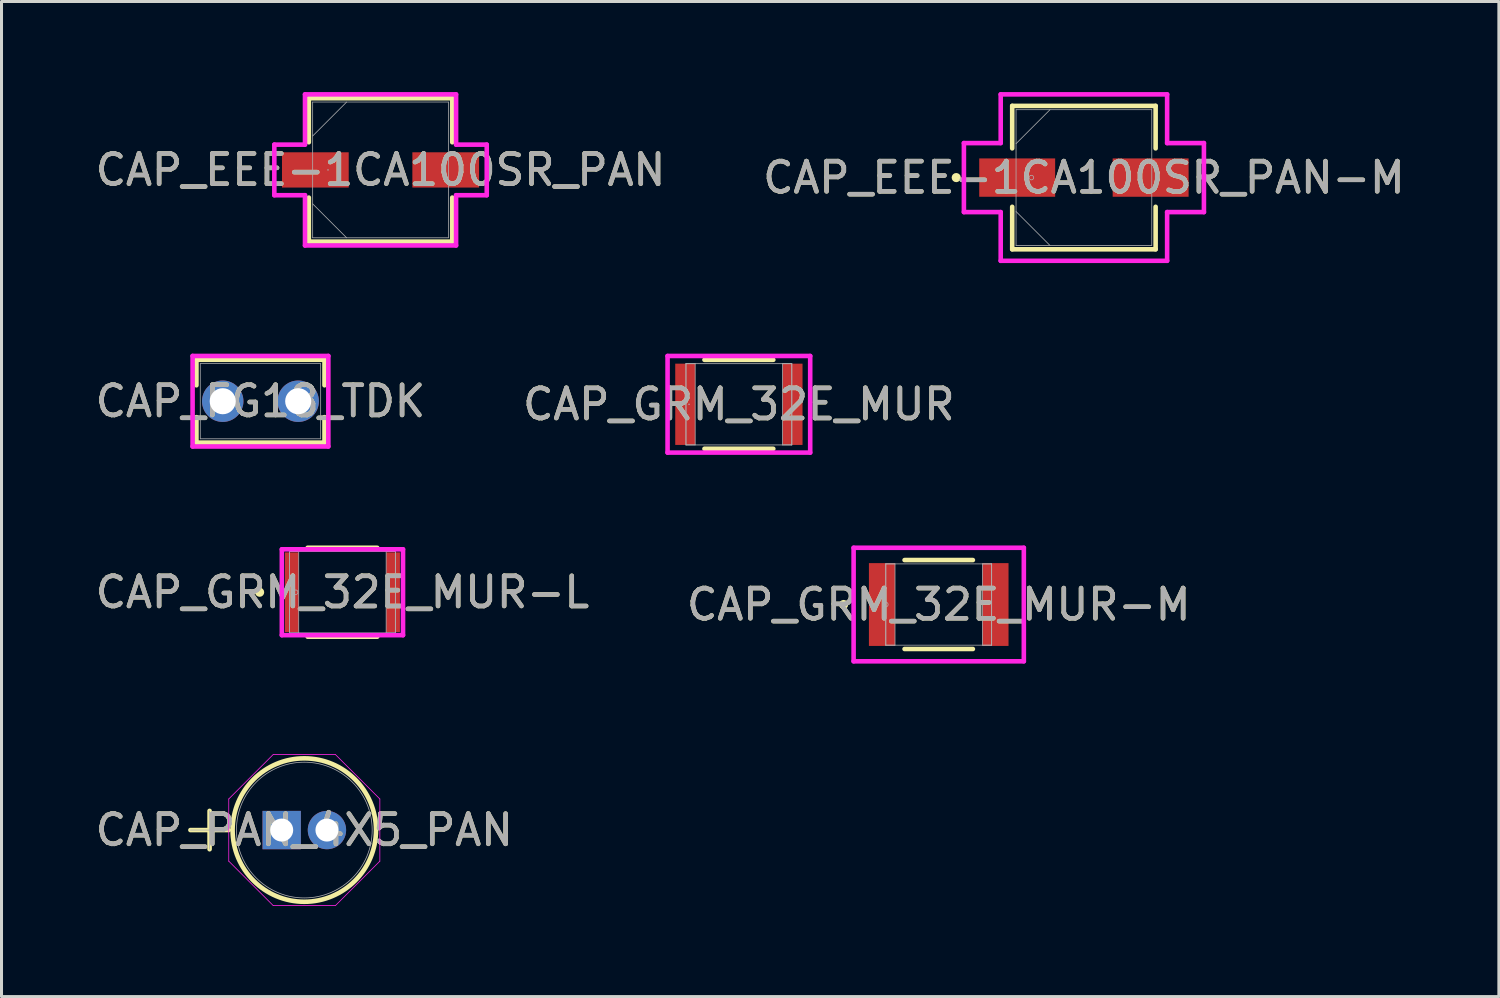
<source format=kicad_pcb>
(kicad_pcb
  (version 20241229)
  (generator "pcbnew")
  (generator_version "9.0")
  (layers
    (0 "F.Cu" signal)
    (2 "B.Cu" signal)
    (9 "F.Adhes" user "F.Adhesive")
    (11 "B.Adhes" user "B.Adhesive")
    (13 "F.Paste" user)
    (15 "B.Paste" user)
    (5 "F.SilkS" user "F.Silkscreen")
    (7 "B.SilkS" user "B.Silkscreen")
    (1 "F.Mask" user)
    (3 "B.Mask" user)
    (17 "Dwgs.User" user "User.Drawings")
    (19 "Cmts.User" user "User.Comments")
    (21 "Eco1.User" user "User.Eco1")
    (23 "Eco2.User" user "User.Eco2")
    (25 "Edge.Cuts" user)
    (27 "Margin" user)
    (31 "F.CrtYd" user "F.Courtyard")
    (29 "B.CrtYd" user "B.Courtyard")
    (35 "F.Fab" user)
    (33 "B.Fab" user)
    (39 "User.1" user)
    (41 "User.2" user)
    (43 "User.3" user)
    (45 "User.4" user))
  (footprint "CAP_FG18_TDK"
    (layer "F.Cu")
    (at 4.327 10.239)
    (property "Reference" "CAP_FG18_TDK" (at 1.25 0 0) (unlocked yes) (layer "F.SilkS") (effects (font (size 1 1) (thickness 0.15))))
    (attr through_hole)
    (fp_line (start -0.871 -1.372) (end -0.871 -0.528) (stroke (width 0.152) (type solid)) (layer "F.SilkS"))
    (fp_line (start -0.871 0.528) (end -0.871 1.372) (stroke (width 0.152) (type solid)) (layer "F.SilkS"))
    (fp_line (start 3.371 -1.372) (end -0.871 -1.372) (stroke (width 0.152) (type solid)) (layer "F.SilkS"))
    (fp_line (start 3.371 -1.372) (end 3.371 -0.528) (stroke (width 0.152) (type solid)) (layer "F.SilkS"))
    (fp_line (start 3.371 0.528) (end 3.371 1.372) (stroke (width 0.152) (type solid)) (layer "F.SilkS"))
    (fp_line (start 3.371 1.372) (end -0.871 1.372) (stroke (width 0.152) (type solid)) (layer "F.SilkS"))
    (fp_line (start -0.998 -1.499) (end 3.498 -1.499) (stroke (width 0.152) (type solid)) (layer "F.CrtYd"))
    (fp_line (start -0.998 1.499) (end -0.998 -1.499) (stroke (width 0.152) (type solid)) (layer "F.CrtYd"))
    (fp_line (start 3.498 -1.499) (end 3.498 1.499) (stroke (width 0.152) (type solid)) (layer "F.CrtYd"))
    (fp_line (start 3.498 1.499) (end -0.998 1.499) (stroke (width 0.152) (type solid)) (layer "F.CrtYd"))
    (fp_line (start -0.744 -1.245) (end -0.744 1.245) (stroke (width 0.025) (type solid)) (layer "F.Fab"))
    (fp_line (start 3.244 -1.245) (end -0.744 -1.245) (stroke (width 0.025) (type solid)) (layer "F.Fab"))
    (fp_line (start 3.244 -1.245) (end 3.244 1.245) (stroke (width 0.025) (type solid)) (layer "F.Fab"))
    (fp_line (start 3.244 1.245) (end -0.744 1.245) (stroke (width 0.025) (type solid)) (layer "F.Fab"))
    (fp_circle (center -0.236 0) (end -0.236 0) (stroke (width 0.025) (type solid)) (fill no) (layer "F.Fab"))
    (fp_text user "${REFERENCE}" (at 1.25 0 0) (unlocked yes) (layer "F.Fab") (effects (font (size 1 1) (thickness 0.15))))
    (pad "1" thru_hole circle (at 0 0) (size 1.372 1.372) (drill 0.864) (layers "*.Cu" "*.Mask"))
    (pad "2" thru_hole circle (at 2.5 0) (size 1.372 1.372) (drill 0.864) (layers "*.Cu" "*.Mask")))
  (footprint "CAP_GRM_32E_MUR-M"
    (layer "F.Cu")
    (at 28.042 16.973)
    (property "Reference" "CAP_GRM_32E_MUR-M" (at 0 0 0) (unlocked yes) (layer "F.SilkS") (effects (font (size 1 1) (thickness 0.15))))
    (attr smd)
    (fp_line (start -1.131 1.473) (end 1.131 1.473) (stroke (width 0.152) (type solid)) (layer "F.SilkS"))
    (fp_line (start 1.131 -1.473) (end -1.131 -1.473) (stroke (width 0.152) (type solid)) (layer "F.SilkS"))
    (fp_circle (center -3.15 0) (end -3.073 0) (stroke (width 0.152) (type solid)) (fill no) (layer "F.SilkS"))
    (fp_line (start -2.819 -1.88) (end 2.819 -1.88) (stroke (width 0.152) (type solid)) (layer "F.CrtYd"))
    (fp_line (start -2.819 1.88) (end -2.819 -1.88) (stroke (width 0.152) (type solid)) (layer "F.CrtYd"))
    (fp_line (start 2.819 -1.88) (end 2.819 1.88) (stroke (width 0.152) (type solid)) (layer "F.CrtYd"))
    (fp_line (start 2.819 1.88) (end -2.819 1.88) (stroke (width 0.152) (type solid)) (layer "F.CrtYd"))
    (fp_line (start -1.753 -1.346) (end -1.753 1.346) (stroke (width 0.025) (type solid)) (layer "F.Fab"))
    (fp_line (start -1.753 -1.346) (end -1.753 1.346) (stroke (width 0.025) (type solid)) (layer "F.Fab"))
    (fp_line (start -1.753 1.346) (end -1.448 1.346) (stroke (width 0.025) (type solid)) (layer "F.Fab"))
    (fp_line (start -1.753 1.346) (end 1.753 1.346) (stroke (width 0.025) (type solid)) (layer "F.Fab"))
    (fp_line (start -1.448 -1.346) (end -1.753 -1.346) (stroke (width 0.025) (type solid)) (layer "F.Fab"))
    (fp_line (start -1.448 1.346) (end -1.448 -1.346) (stroke (width 0.025) (type solid)) (layer "F.Fab"))
    (fp_line (start 1.448 -1.346) (end 1.448 1.346) (stroke (width 0.025) (type solid)) (layer "F.Fab"))
    (fp_line (start 1.448 1.346) (end 1.753 1.346) (stroke (width 0.025) (type solid)) (layer "F.Fab"))
    (fp_line (start 1.753 -1.346) (end -1.753 -1.346) (stroke (width 0.025) (type solid)) (layer "F.Fab"))
    (fp_line (start 1.753 -1.346) (end 1.448 -1.346) (stroke (width 0.025) (type solid)) (layer "F.Fab"))
    (fp_line (start 1.753 1.346) (end 1.753 -1.346) (stroke (width 0.025) (type solid)) (layer "F.Fab"))
    (fp_line (start 1.753 1.346) (end 1.753 -1.346) (stroke (width 0.025) (type solid)) (layer "F.Fab"))
    (fp_circle (center -1.753 0) (end -1.676 0) (stroke (width 0.025) (type solid)) (fill no) (layer "F.Fab"))
    (fp_text user "${REFERENCE}" (at 0 0 0) (unlocked yes) (layer "F.Fab") (effects (font (size 1 1) (thickness 0.15))))
    (pad "1" smd rect (at -1.88 0) (size 0.864 2.743) (layers "F.Cu" "F.Mask" "F.Paste"))
    (pad "2" smd rect (at 1.88 0) (size 0.864 2.743) (layers "F.Cu" "F.Mask" "F.Paste"))
    (zone (net_name "") (layer "F.Cu") (hatch full 0.508) (connect_pads) (min_thickness 0.254) (filled_areas_thickness no) (keepout (tracks not_allowed) (vias not_allowed) (pads allowed) (copperpour not_allowed) (footprints allowed)) (placement (enabled no)) (fill) (polygon (pts (xy 26.645 15.677) (xy 29.439 15.677) (xy 29.439 18.268) (xy 26.645 18.268)))))
  (footprint "CAP_EEE-1CA100SR_PAN"
    (layer "F.Cu")
    (at 9.554 2.578)
    (property "Reference" "CAP_EEE-1CA100SR_PAN" (at 0 0 0) (unlocked yes) (layer "F.SilkS") (effects (font (size 1 1) (thickness 0.15))))
    (attr smd)
    (fp_line (start -2.375 -2.375) (end -2.375 -0.917) (stroke (width 0.152) (type solid)) (layer "F.SilkS"))
    (fp_line (start -2.375 0.917) (end -2.375 2.375) (stroke (width 0.152) (type solid)) (layer "F.SilkS"))
    (fp_line (start -2.375 2.375) (end 2.375 2.375) (stroke (width 0.152) (type solid)) (layer "F.SilkS"))
    (fp_line (start 2.375 -2.375) (end -2.375 -2.375) (stroke (width 0.152) (type solid)) (layer "F.SilkS"))
    (fp_line (start 2.375 -0.917) (end 2.375 -2.375) (stroke (width 0.152) (type solid)) (layer "F.SilkS"))
    (fp_line (start 2.375 2.375) (end 2.375 0.917) (stroke (width 0.152) (type solid)) (layer "F.SilkS"))
    (fp_line (start -3.518 -0.838) (end -2.502 -0.838) (stroke (width 0.152) (type solid)) (layer "F.CrtYd"))
    (fp_line (start -3.518 0.838) (end -3.518 -0.838) (stroke (width 0.152) (type solid)) (layer "F.CrtYd"))
    (fp_line (start -2.502 -2.502) (end 2.502 -2.502) (stroke (width 0.152) (type solid)) (layer "F.CrtYd"))
    (fp_line (start -2.502 -0.838) (end -2.502 -2.502) (stroke (width 0.152) (type solid)) (layer "F.CrtYd"))
    (fp_line (start -2.502 0.838) (end -3.518 0.838) (stroke (width 0.152) (type solid)) (layer "F.CrtYd"))
    (fp_line (start -2.502 2.502) (end -2.502 0.838) (stroke (width 0.152) (type solid)) (layer "F.CrtYd"))
    (fp_line (start 2.502 -2.502) (end 2.502 -0.838) (stroke (width 0.152) (type solid)) (layer "F.CrtYd"))
    (fp_line (start 2.502 -0.838) (end 3.518 -0.838) (stroke (width 0.152) (type solid)) (layer "F.CrtYd"))
    (fp_line (start 2.502 0.838) (end 2.502 2.502) (stroke (width 0.152) (type solid)) (layer "F.CrtYd"))
    (fp_line (start 2.502 2.502) (end -2.502 2.502) (stroke (width 0.152) (type solid)) (layer "F.CrtYd"))
    (fp_line (start 3.518 -0.838) (end 3.518 0.838) (stroke (width 0.152) (type solid)) (layer "F.CrtYd"))
    (fp_line (start 3.518 0.838) (end 2.502 0.838) (stroke (width 0.152) (type solid)) (layer "F.CrtYd"))
    (fp_line (start -2.248 -2.248) (end -2.248 2.248) (stroke (width 0.025) (type solid)) (layer "F.Fab"))
    (fp_line (start -2.248 -1.124) (end -1.124 -2.248) (stroke (width 0.025) (type solid)) (layer "F.Fab"))
    (fp_line (start -2.248 1.124) (end -1.124 2.248) (stroke (width 0.025) (type solid)) (layer "F.Fab"))
    (fp_line (start -2.248 2.248) (end 2.248 2.248) (stroke (width 0.025) (type solid)) (layer "F.Fab"))
    (fp_line (start 2.248 -2.248) (end -2.248 -2.248) (stroke (width 0.025) (type solid)) (layer "F.Fab"))
    (fp_line (start 2.248 2.248) (end 2.248 -2.248) (stroke (width 0.025) (type solid)) (layer "F.Fab"))
    (fp_circle (center -1.74 0) (end -1.74 0) (stroke (width 0.025) (type solid)) (fill no) (layer "F.Fab"))
    (fp_text user "${REFERENCE}" (at 0 0 0) (unlocked yes) (layer "F.Fab") (effects (font (size 1 1) (thickness 0.15))))
    (pad "1" smd rect (at -2.159 0) (size 2.21 1.168) (layers "F.Cu" "F.Mask" "F.Paste"))
    (pad "2" smd rect (at 2.159 0) (size 2.21 1.168) (layers "F.Cu" "F.Mask" "F.Paste"))
    (zone (net_name "") (layer "F.Cu") (hatch full 0.508) (connect_pads) (min_thickness 0.254) (filled_areas_thickness no) (keepout (tracks not_allowed) (vias not_allowed) (pads allowed) (copperpour not_allowed) (footprints allowed)) (placement (enabled no)) (fill) (polygon (pts (xy 7.356 0.381) (xy 11.751 0.381) (xy 11.751 1.943) (xy 7.356 1.943))))
    (zone (net_name "") (layer "F.Cu") (hatch full 0.508) (connect_pads) (min_thickness 0.254) (filled_areas_thickness no) (keepout (tracks not_allowed) (vias not_allowed) (pads allowed) (copperpour not_allowed) (footprints allowed)) (placement (enabled no)) (fill) (polygon (pts (xy 7.356 3.213) (xy 11.751 3.213) (xy 11.751 4.775) (xy 7.356 4.775))))
    (zone (net_name "") (layer "F.Cu") (hatch full 0.508) (connect_pads) (min_thickness 0.254) (filled_areas_thickness no) (keepout (tracks not_allowed) (vias not_allowed) (pads allowed) (copperpour not_allowed) (footprints allowed)) (placement (enabled no)) (fill) (polygon (pts (xy 8.55 1.943) (xy 10.557 1.943) (xy 10.557 3.213) (xy 8.55 3.213)))))
  (footprint "CAP_PAN_4X5_PAN"
    (layer "F.Cu")
    (at 6.28 24.443)
    (property "Reference" "CAP_PAN_4X5_PAN" (at 0.749 0 0) (unlocked yes) (layer "F.SilkS") (effects (font (size 1 1) (thickness 0.15))))
    (attr through_hole)
    (fp_line (start -3.023 0) (end -1.753 0) (stroke (width 0.152) (type solid)) (layer "F.SilkS"))
    (fp_line (start -2.388 -0.635) (end -2.388 0.635) (stroke (width 0.152) (type solid)) (layer "F.SilkS"))
    (fp_circle (center 0.749 0) (end 3.124 0) (stroke (width 0.152) (type solid)) (fill no) (layer "F.SilkS"))
    (fp_line (start -1.753 -1.03) (end -0.281 -2.502) (stroke (width 0.025) (type solid)) (layer "F.CrtYd"))
    (fp_line (start -1.753 1.03) (end -1.753 -1.03) (stroke (width 0.025) (type solid)) (layer "F.CrtYd"))
    (fp_line (start -0.281 -2.502) (end 1.779 -2.502) (stroke (width 0.025) (type solid)) (layer "F.CrtYd"))
    (fp_line (start -0.281 2.502) (end -1.753 1.03) (stroke (width 0.025) (type solid)) (layer "F.CrtYd"))
    (fp_line (start 1.779 -2.502) (end 3.251 -1.03) (stroke (width 0.025) (type solid)) (layer "F.CrtYd"))
    (fp_line (start 1.779 2.502) (end -0.281 2.502) (stroke (width 0.025) (type solid)) (layer "F.CrtYd"))
    (fp_line (start 3.251 -1.03) (end 3.251 1.03) (stroke (width 0.025) (type solid)) (layer "F.CrtYd"))
    (fp_line (start 3.251 1.03) (end 1.779 2.502) (stroke (width 0.025) (type solid)) (layer "F.CrtYd"))
    (fp_line (start -3.023 0) (end -1.753 0) (stroke (width 0.025) (type solid)) (layer "F.Fab"))
    (fp_line (start -2.388 -0.635) (end -2.388 0.635) (stroke (width 0.025) (type solid)) (layer "F.Fab"))
    (fp_circle (center 0.749 0) (end 2.997 0) (stroke (width 0.025) (type solid)) (fill no) (layer "F.Fab"))
    (fp_text user "${REFERENCE}" (at 0.749 0 0) (unlocked yes) (layer "F.Fab") (effects (font (size 1 1) (thickness 0.15))))
    (pad "1" thru_hole rect (at 0 0) (size 1.27 1.27) (drill 0.762) (layers "*.Cu" "*.Mask"))
    (pad "2" thru_hole circle (at 1.499 0) (size 1.27 1.27) (drill 0.762) (layers "*.Cu" "*.Mask")))
  (footprint "CAP_GRM_32E_MUR"
    (layer "F.Cu")
    (at 21.423 10.341)
    (property "Reference" "CAP_GRM_32E_MUR" (at 0 0 0) (unlocked yes) (layer "F.SilkS") (effects (font (size 1 1) (thickness 0.15))))
    (attr smd)
    (fp_line (start -1.14 1.473) (end 1.14 1.473) (stroke (width 0.152) (type solid)) (layer "F.SilkS"))
    (fp_line (start 1.14 -1.473) (end -1.14 -1.473) (stroke (width 0.152) (type solid)) (layer "F.SilkS"))
    (fp_line (start -2.362 -1.6) (end 2.362 -1.6) (stroke (width 0.152) (type solid)) (layer "F.CrtYd"))
    (fp_line (start -2.362 1.6) (end -2.362 -1.6) (stroke (width 0.152) (type solid)) (layer "F.CrtYd"))
    (fp_line (start 2.362 -1.6) (end 2.362 1.6) (stroke (width 0.152) (type solid)) (layer "F.CrtYd"))
    (fp_line (start 2.362 1.6) (end -2.362 1.6) (stroke (width 0.152) (type solid)) (layer "F.CrtYd"))
    (fp_line (start -1.753 -1.346) (end -1.753 1.346) (stroke (width 0.025) (type solid)) (layer "F.Fab"))
    (fp_line (start -1.753 -1.346) (end -1.753 1.346) (stroke (width 0.025) (type solid)) (layer "F.Fab"))
    (fp_line (start -1.753 1.346) (end -1.448 1.346) (stroke (width 0.025) (type solid)) (layer "F.Fab"))
    (fp_line (start -1.753 1.346) (end 1.753 1.346) (stroke (width 0.025) (type solid)) (layer "F.Fab"))
    (fp_line (start -1.448 -1.346) (end -1.753 -1.346) (stroke (width 0.025) (type solid)) (layer "F.Fab"))
    (fp_line (start -1.448 1.346) (end -1.448 -1.346) (stroke (width 0.025) (type solid)) (layer "F.Fab"))
    (fp_line (start 1.448 -1.346) (end 1.448 1.346) (stroke (width 0.025) (type solid)) (layer "F.Fab"))
    (fp_line (start 1.448 1.346) (end 1.753 1.346) (stroke (width 0.025) (type solid)) (layer "F.Fab"))
    (fp_line (start 1.753 -1.346) (end -1.753 -1.346) (stroke (width 0.025) (type solid)) (layer "F.Fab"))
    (fp_line (start 1.753 -1.346) (end 1.448 -1.346) (stroke (width 0.025) (type solid)) (layer "F.Fab"))
    (fp_line (start 1.753 1.346) (end 1.753 -1.346) (stroke (width 0.025) (type solid)) (layer "F.Fab"))
    (fp_line (start 1.753 1.346) (end 1.753 -1.346) (stroke (width 0.025) (type solid)) (layer "F.Fab"))
    (fp_circle (center -1.651 0) (end -1.651 0) (stroke (width 0.025) (type solid)) (fill no) (layer "F.Fab"))
    (fp_text user "${REFERENCE}" (at 0 0 0) (unlocked yes) (layer "F.Fab") (effects (font (size 1 1) (thickness 0.15))))
    (pad "1" smd rect (at -1.778 0) (size 0.66 2.692) (layers "F.Cu" "F.Mask" "F.Paste"))
    (pad "2" smd rect (at 1.778 0) (size 0.66 2.692) (layers "F.Cu" "F.Mask" "F.Paste"))
    (zone (net_name "") (layer "F.Cu") (hatch full 0.508) (connect_pads) (min_thickness 0.254) (filled_areas_thickness no) (keepout (tracks not_allowed) (vias not_allowed) (pads allowed) (copperpour not_allowed) (footprints allowed)) (placement (enabled no)) (fill) (polygon (pts (xy 20.026 9.045) (xy 22.82 9.045) (xy 22.82 11.636) (xy 20.026 11.636)))))
  (footprint "CAP_GRM_32E_MUR-L"
    (layer "F.Cu")
    (at 8.292 16.566)
    (property "Reference" "CAP_GRM_32E_MUR-L" (at 0 0 0) (unlocked yes) (layer "F.SilkS") (effects (font (size 1 1) (thickness 0.15))))
    (attr smd)
    (fp_line (start -1.152 1.473) (end 1.152 1.473) (stroke (width 0.152) (type solid)) (layer "F.SilkS"))
    (fp_line (start 1.152 -1.473) (end -1.152 -1.473) (stroke (width 0.152) (type solid)) (layer "F.SilkS"))
    (fp_circle (center -2.743 0) (end -2.667 0) (stroke (width 0.152) (type solid)) (fill no) (layer "F.SilkS"))
    (fp_line (start -2.007 -1.422) (end 2.007 -1.422) (stroke (width 0.152) (type solid)) (layer "F.CrtYd"))
    (fp_line (start -2.007 1.422) (end -2.007 -1.422) (stroke (width 0.152) (type solid)) (layer "F.CrtYd"))
    (fp_line (start 2.007 -1.422) (end 2.007 1.422) (stroke (width 0.152) (type solid)) (layer "F.CrtYd"))
    (fp_line (start 2.007 1.422) (end -2.007 1.422) (stroke (width 0.152) (type solid)) (layer "F.CrtYd"))
    (fp_line (start -1.753 -1.346) (end -1.753 1.346) (stroke (width 0.025) (type solid)) (layer "F.Fab"))
    (fp_line (start -1.753 -1.346) (end -1.753 1.346) (stroke (width 0.025) (type solid)) (layer "F.Fab"))
    (fp_line (start -1.753 1.346) (end -1.448 1.346) (stroke (width 0.025) (type solid)) (layer "F.Fab"))
    (fp_line (start -1.753 1.346) (end 1.753 1.346) (stroke (width 0.025) (type solid)) (layer "F.Fab"))
    (fp_line (start -1.448 -1.346) (end -1.753 -1.346) (stroke (width 0.025) (type solid)) (layer "F.Fab"))
    (fp_line (start -1.448 1.346) (end -1.448 -1.346) (stroke (width 0.025) (type solid)) (layer "F.Fab"))
    (fp_line (start 1.448 -1.346) (end 1.448 1.346) (stroke (width 0.025) (type solid)) (layer "F.Fab"))
    (fp_line (start 1.448 1.346) (end 1.753 1.346) (stroke (width 0.025) (type solid)) (layer "F.Fab"))
    (fp_line (start 1.753 -1.346) (end -1.753 -1.346) (stroke (width 0.025) (type solid)) (layer "F.Fab"))
    (fp_line (start 1.753 -1.346) (end 1.448 -1.346) (stroke (width 0.025) (type solid)) (layer "F.Fab"))
    (fp_line (start 1.753 1.346) (end 1.753 -1.346) (stroke (width 0.025) (type solid)) (layer "F.Fab"))
    (fp_line (start 1.753 1.346) (end 1.753 -1.346) (stroke (width 0.025) (type solid)) (layer "F.Fab"))
    (fp_circle (center -1.549 0) (end -1.473 0) (stroke (width 0.025) (type solid)) (fill no) (layer "F.Fab"))
    (fp_text user "${REFERENCE}" (at 0 0 0) (unlocked yes) (layer "F.Fab") (effects (font (size 1 1) (thickness 0.15))))
    (pad "1" smd rect (at -1.676 0) (size 0.457 2.642) (layers "F.Cu" "F.Mask" "F.Paste"))
    (pad "2" smd rect (at 1.676 0) (size 0.457 2.642) (layers "F.Cu" "F.Mask" "F.Paste"))
    (zone (net_name "") (layer "F.Cu") (hatch full 0.508) (connect_pads) (min_thickness 0.254) (filled_areas_thickness no) (keepout (tracks not_allowed) (vias not_allowed) (pads allowed) (copperpour not_allowed) (footprints allowed)) (placement (enabled no)) (fill) (polygon (pts (xy 6.895 15.271) (xy 9.689 15.271) (xy 9.689 17.862) (xy 6.895 17.862)))))
  (footprint "CAP_EEE-1CA100SR_PAN-M"
    (layer "F.Cu")
    (at 32.851 2.832)
    (property "Reference" "CAP_EEE-1CA100SR_PAN-M" (at 0 0 0) (unlocked yes) (layer "F.SilkS") (effects (font (size 1 1) (thickness 0.15))))
    (attr smd)
    (fp_line (start -2.375 -2.375) (end -2.375 -0.968) (stroke (width 0.152) (type solid)) (layer "F.SilkS"))
    (fp_line (start -2.375 0.968) (end -2.375 2.375) (stroke (width 0.152) (type solid)) (layer "F.SilkS"))
    (fp_line (start -2.375 2.375) (end 2.375 2.375) (stroke (width 0.152) (type solid)) (layer "F.SilkS"))
    (fp_line (start 2.375 -2.375) (end -2.375 -2.375) (stroke (width 0.152) (type solid)) (layer "F.SilkS"))
    (fp_line (start 2.375 -0.968) (end 2.375 -2.375) (stroke (width 0.152) (type solid)) (layer "F.SilkS"))
    (fp_line (start 2.375 2.375) (end 2.375 0.968) (stroke (width 0.152) (type solid)) (layer "F.SilkS"))
    (fp_circle (center -4.229 0) (end -4.153 0) (stroke (width 0.152) (type solid)) (fill no) (layer "F.SilkS"))
    (fp_line (start -3.975 -1.143) (end -2.756 -1.143) (stroke (width 0.152) (type solid)) (layer "F.CrtYd"))
    (fp_line (start -3.975 1.143) (end -3.975 -1.143) (stroke (width 0.152) (type solid)) (layer "F.CrtYd"))
    (fp_line (start -2.756 -2.756) (end 2.756 -2.756) (stroke (width 0.152) (type solid)) (layer "F.CrtYd"))
    (fp_line (start -2.756 -1.143) (end -2.756 -2.756) (stroke (width 0.152) (type solid)) (layer "F.CrtYd"))
    (fp_line (start -2.756 1.143) (end -3.975 1.143) (stroke (width 0.152) (type solid)) (layer "F.CrtYd"))
    (fp_line (start -2.756 2.756) (end -2.756 1.143) (stroke (width 0.152) (type solid)) (layer "F.CrtYd"))
    (fp_line (start 2.756 -2.756) (end 2.756 -1.143) (stroke (width 0.152) (type solid)) (layer "F.CrtYd"))
    (fp_line (start 2.756 -1.143) (end 3.975 -1.143) (stroke (width 0.152) (type solid)) (layer "F.CrtYd"))
    (fp_line (start 2.756 1.143) (end 2.756 2.756) (stroke (width 0.152) (type solid)) (layer "F.CrtYd"))
    (fp_line (start 2.756 2.756) (end -2.756 2.756) (stroke (width 0.152) (type solid)) (layer "F.CrtYd"))
    (fp_line (start 3.975 -1.143) (end 3.975 1.143) (stroke (width 0.152) (type solid)) (layer "F.CrtYd"))
    (fp_line (start 3.975 1.143) (end 2.756 1.143) (stroke (width 0.152) (type solid)) (layer "F.CrtYd"))
    (fp_line (start -2.248 -2.248) (end -2.248 2.248) (stroke (width 0.025) (type solid)) (layer "F.Fab"))
    (fp_line (start -2.248 -1.124) (end -1.124 -2.248) (stroke (width 0.025) (type solid)) (layer "F.Fab"))
    (fp_line (start -2.248 1.124) (end -1.124 2.248) (stroke (width 0.025) (type solid)) (layer "F.Fab"))
    (fp_line (start -2.248 2.248) (end 2.248 2.248) (stroke (width 0.025) (type solid)) (layer "F.Fab"))
    (fp_line (start 2.248 -2.248) (end -2.248 -2.248) (stroke (width 0.025) (type solid)) (layer "F.Fab"))
    (fp_line (start 2.248 2.248) (end 2.248 -2.248) (stroke (width 0.025) (type solid)) (layer "F.Fab"))
    (fp_circle (center -1.74 0) (end -1.664 0) (stroke (width 0.025) (type solid)) (fill no) (layer "F.Fab"))
    (fp_text user "${REFERENCE}" (at 0 0 0) (unlocked yes) (layer "F.Fab") (effects (font (size 1 1) (thickness 0.15))))
    (pad "1" smd rect (at -2.21 0) (size 2.515 1.27) (layers "F.Cu" "F.Mask" "F.Paste"))
    (pad "2" smd rect (at 2.21 0) (size 2.515 1.27) (layers "F.Cu" "F.Mask" "F.Paste"))
    (zone (net_name "") (layer "F.Cu") (hatch full 0.508) (connect_pads) (min_thickness 0.254) (filled_areas_thickness no) (keepout (tracks not_allowed) (vias not_allowed) (pads allowed) (copperpour not_allowed) (footprints allowed)) (placement (enabled no)) (fill) (polygon (pts (xy 30.654 0.635) (xy 35.048 0.635) (xy 35.048 2.146) (xy 30.654 2.146))))
    (zone (net_name "") (layer "F.Cu") (hatch full 0.508) (connect_pads) (min_thickness 0.254) (filled_areas_thickness no) (keepout (tracks not_allowed) (vias not_allowed) (pads allowed) (copperpour not_allowed) (footprints allowed)) (placement (enabled no)) (fill) (polygon (pts (xy 30.654 3.518) (xy 35.048 3.518) (xy 35.048 5.029) (xy 30.654 5.029))))
    (zone (net_name "") (layer "F.Cu") (hatch full 0.508) (connect_pads) (min_thickness 0.254) (filled_areas_thickness no) (keepout (tracks not_allowed) (vias not_allowed) (pads allowed) (copperpour not_allowed) (footprints allowed)) (placement (enabled no)) (fill) (polygon (pts (xy 31.949 2.146) (xy 33.753 2.146) (xy 33.753 3.518) (xy 31.949 3.518)))))
  (gr_rect
    (start -3 -3)
    (end 46.595 29.958)
    (stroke (width 0.1) (type default))
    (fill no)
    (layer "Edge.Cuts")))
</source>
